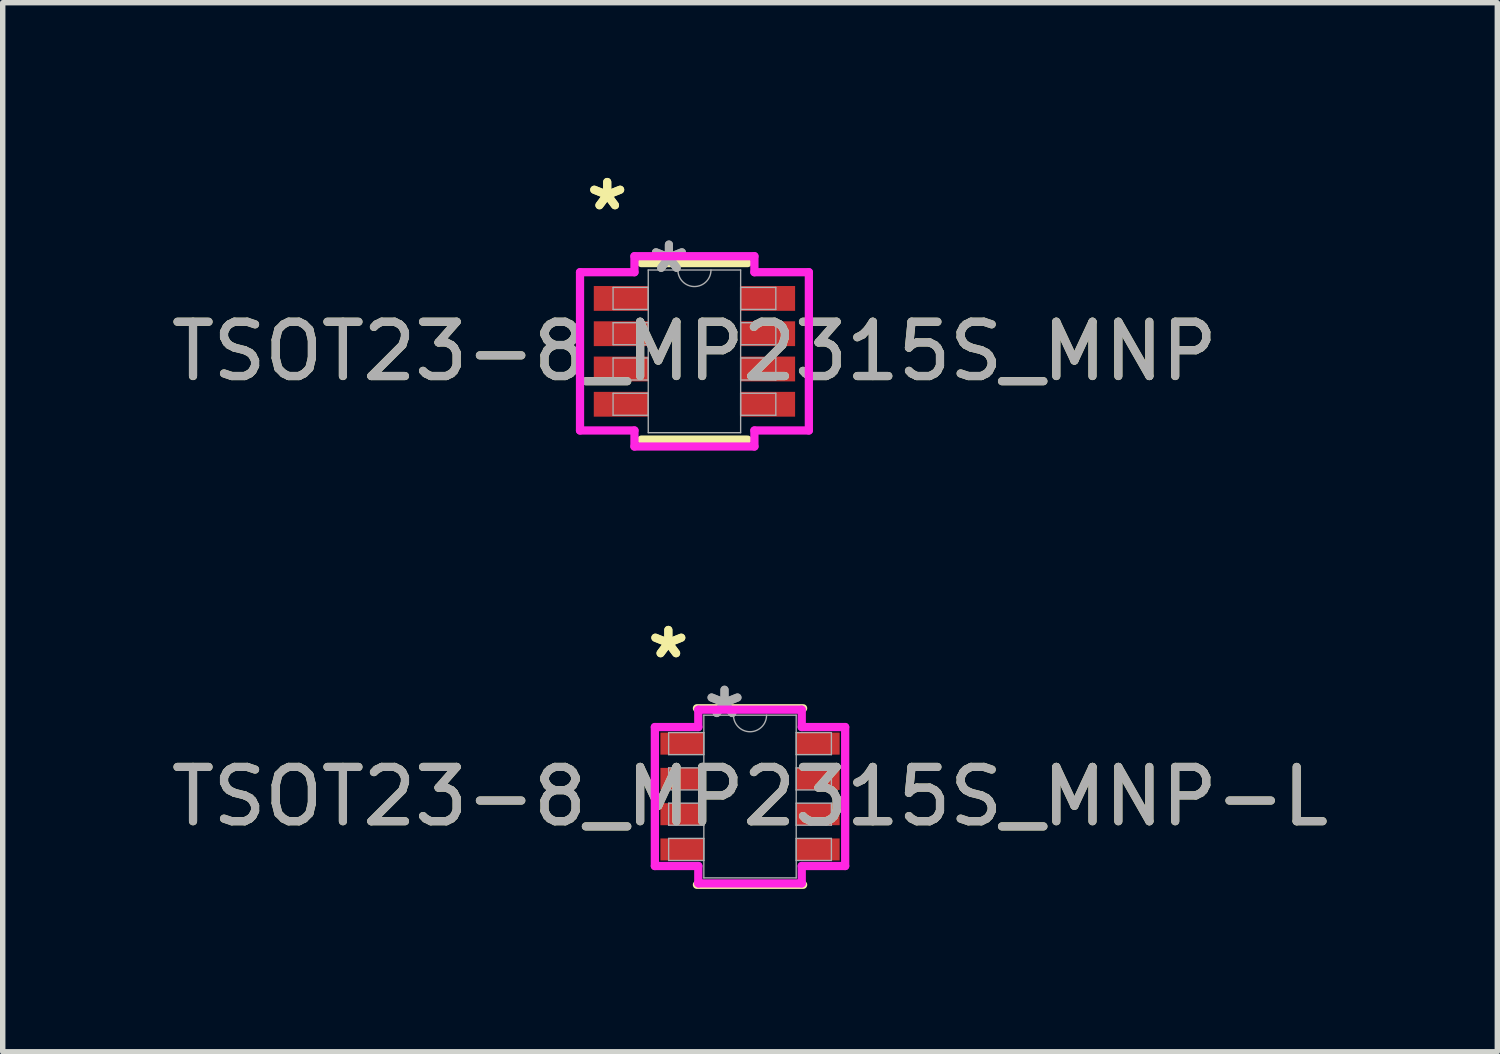
<source format=kicad_pcb>
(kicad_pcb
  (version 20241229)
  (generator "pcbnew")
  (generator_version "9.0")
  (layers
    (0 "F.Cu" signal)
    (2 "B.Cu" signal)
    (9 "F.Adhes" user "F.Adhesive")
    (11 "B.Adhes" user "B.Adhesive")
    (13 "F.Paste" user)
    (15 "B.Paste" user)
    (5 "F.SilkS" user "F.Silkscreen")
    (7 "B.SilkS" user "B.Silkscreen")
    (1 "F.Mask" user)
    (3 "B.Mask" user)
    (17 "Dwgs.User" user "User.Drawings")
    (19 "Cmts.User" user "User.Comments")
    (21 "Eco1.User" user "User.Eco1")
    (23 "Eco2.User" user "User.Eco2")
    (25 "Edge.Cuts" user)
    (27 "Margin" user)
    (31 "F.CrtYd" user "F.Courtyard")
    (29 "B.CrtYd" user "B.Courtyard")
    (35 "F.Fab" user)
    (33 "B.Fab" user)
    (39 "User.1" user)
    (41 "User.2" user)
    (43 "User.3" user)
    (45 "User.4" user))
  (footprint "TSOT23-8_MP2315S_MNP"
    (layer "F.Cu")
    (at 9.744 3.423)
    (property "Reference" "TSOT23-8_MP2315S_MNP" (at 0 0 0) (unlocked yes) (layer "F.SilkS") (effects (font (size 1 1) (thickness 0.15))))
    (attr smd)
    (fp_line (start -0.978 1.626) (end 0.978 1.626) (stroke (width 0.152) (type solid)) (layer "F.SilkS"))
    (fp_line (start 0.978 -1.626) (end -0.978 -1.626) (stroke (width 0.152) (type solid)) (layer "F.SilkS"))
    (fp_line (start -2.108 -1.458) (end -1.105 -1.458) (stroke (width 0.152) (type solid)) (layer "F.CrtYd"))
    (fp_line (start -2.108 1.458) (end -2.108 -1.458) (stroke (width 0.152) (type solid)) (layer "F.CrtYd"))
    (fp_line (start -2.108 1.458) (end -1.105 1.458) (stroke (width 0.152) (type solid)) (layer "F.CrtYd"))
    (fp_line (start -1.105 -1.753) (end 1.105 -1.753) (stroke (width 0.152) (type solid)) (layer "F.CrtYd"))
    (fp_line (start -1.105 -1.458) (end -1.105 -1.753) (stroke (width 0.152) (type solid)) (layer "F.CrtYd"))
    (fp_line (start -1.105 1.753) (end -1.105 1.458) (stroke (width 0.152) (type solid)) (layer "F.CrtYd"))
    (fp_line (start 1.105 -1.753) (end 1.105 -1.458) (stroke (width 0.152) (type solid)) (layer "F.CrtYd"))
    (fp_line (start 1.105 1.458) (end 1.105 1.753) (stroke (width 0.152) (type solid)) (layer "F.CrtYd"))
    (fp_line (start 1.105 1.753) (end -1.105 1.753) (stroke (width 0.152) (type solid)) (layer "F.CrtYd"))
    (fp_line (start 2.108 -1.458) (end 1.105 -1.458) (stroke (width 0.152) (type solid)) (layer "F.CrtYd"))
    (fp_line (start 2.108 -1.458) (end 2.108 1.458) (stroke (width 0.152) (type solid)) (layer "F.CrtYd"))
    (fp_line (start 2.108 1.458) (end 1.105 1.458) (stroke (width 0.152) (type solid)) (layer "F.CrtYd"))
    (fp_line (start -1.499 -1.178) (end -1.499 -0.772) (stroke (width 0.025) (type solid)) (layer "F.Fab"))
    (fp_line (start -1.499 -0.772) (end -0.851 -0.772) (stroke (width 0.025) (type solid)) (layer "F.Fab"))
    (fp_line (start -1.499 -0.528) (end -1.499 -0.122) (stroke (width 0.025) (type solid)) (layer "F.Fab"))
    (fp_line (start -1.499 -0.122) (end -0.851 -0.122) (stroke (width 0.025) (type solid)) (layer "F.Fab"))
    (fp_line (start -1.499 0.122) (end -1.499 0.528) (stroke (width 0.025) (type solid)) (layer "F.Fab"))
    (fp_line (start -1.499 0.528) (end -0.851 0.528) (stroke (width 0.025) (type solid)) (layer "F.Fab"))
    (fp_line (start -1.499 0.772) (end -1.499 1.178) (stroke (width 0.025) (type solid)) (layer "F.Fab"))
    (fp_line (start -1.499 1.178) (end -0.851 1.178) (stroke (width 0.025) (type solid)) (layer "F.Fab"))
    (fp_line (start -0.851 -1.499) (end -0.851 1.499) (stroke (width 0.025) (type solid)) (layer "F.Fab"))
    (fp_line (start -0.851 -1.178) (end -1.499 -1.178) (stroke (width 0.025) (type solid)) (layer "F.Fab"))
    (fp_line (start -0.851 -0.772) (end -0.851 -1.178) (stroke (width 0.025) (type solid)) (layer "F.Fab"))
    (fp_line (start -0.851 -0.528) (end -1.499 -0.528) (stroke (width 0.025) (type solid)) (layer "F.Fab"))
    (fp_line (start -0.851 -0.122) (end -0.851 -0.528) (stroke (width 0.025) (type solid)) (layer "F.Fab"))
    (fp_line (start -0.851 0.122) (end -1.499 0.122) (stroke (width 0.025) (type solid)) (layer "F.Fab"))
    (fp_line (start -0.851 0.528) (end -0.851 0.122) (stroke (width 0.025) (type solid)) (layer "F.Fab"))
    (fp_line (start -0.851 0.772) (end -1.499 0.772) (stroke (width 0.025) (type solid)) (layer "F.Fab"))
    (fp_line (start -0.851 1.178) (end -0.851 0.772) (stroke (width 0.025) (type solid)) (layer "F.Fab"))
    (fp_line (start -0.851 1.499) (end 0.851 1.499) (stroke (width 0.025) (type solid)) (layer "F.Fab"))
    (fp_line (start 0.851 -1.499) (end -0.851 -1.499) (stroke (width 0.025) (type solid)) (layer "F.Fab"))
    (fp_line (start 0.851 -1.178) (end 0.851 -0.772) (stroke (width 0.025) (type solid)) (layer "F.Fab"))
    (fp_line (start 0.851 -0.772) (end 1.499 -0.772) (stroke (width 0.025) (type solid)) (layer "F.Fab"))
    (fp_line (start 0.851 -0.528) (end 0.851 -0.122) (stroke (width 0.025) (type solid)) (layer "F.Fab"))
    (fp_line (start 0.851 -0.122) (end 1.499 -0.122) (stroke (width 0.025) (type solid)) (layer "F.Fab"))
    (fp_line (start 0.851 0.122) (end 0.851 0.528) (stroke (width 0.025) (type solid)) (layer "F.Fab"))
    (fp_line (start 0.851 0.528) (end 1.499 0.528) (stroke (width 0.025) (type solid)) (layer "F.Fab"))
    (fp_line (start 0.851 0.772) (end 0.851 1.178) (stroke (width 0.025) (type solid)) (layer "F.Fab"))
    (fp_line (start 0.851 1.178) (end 1.499 1.178) (stroke (width 0.025) (type solid)) (layer "F.Fab"))
    (fp_line (start 0.851 1.499) (end 0.851 -1.499) (stroke (width 0.025) (type solid)) (layer "F.Fab"))
    (fp_line (start 1.499 -1.178) (end 0.851 -1.178) (stroke (width 0.025) (type solid)) (layer "F.Fab"))
    (fp_line (start 1.499 -0.772) (end 1.499 -1.178) (stroke (width 0.025) (type solid)) (layer "F.Fab"))
    (fp_line (start 1.499 -0.528) (end 0.851 -0.528) (stroke (width 0.025) (type solid)) (layer "F.Fab"))
    (fp_line (start 1.499 -0.122) (end 1.499 -0.528) (stroke (width 0.025) (type solid)) (layer "F.Fab"))
    (fp_line (start 1.499 0.122) (end 0.851 0.122) (stroke (width 0.025) (type solid)) (layer "F.Fab"))
    (fp_line (start 1.499 0.528) (end 1.499 0.122) (stroke (width 0.025) (type solid)) (layer "F.Fab"))
    (fp_line (start 1.499 0.772) (end 0.851 0.772) (stroke (width 0.025) (type solid)) (layer "F.Fab"))
    (fp_line (start 1.499 1.178) (end 1.499 0.772) (stroke (width 0.025) (type solid)) (layer "F.Fab"))
    (fp_arc (start 0.3048 -1.4986) (mid 0 -1.1938) (end -0.3048 -1.4986) (stroke (width 0.0254) (type solid)) (layer "F.Fab"))
    (fp_text user "*" (at -1.607 -2.575 0) (unlocked yes) (layer "F.SilkS") (effects (font (size 1 1) (thickness 0.15))))
    (fp_text user "*" (at -1.607 -2.575 0) (layer "F.SilkS") (effects (font (size 1 1) (thickness 0.15))))
    (fp_text user "${REFERENCE}" (at 0 0 0) (unlocked yes) (layer "F.Fab") (effects (font (size 1 1) (thickness 0.15))))
    (fp_text user "*" (at -0.47 -1.422 0) (layer "F.Fab") (effects (font (size 1 1) (thickness 0.15))))
    (fp_text user "*" (at -0.47 -1.422 0) (unlocked yes) (layer "F.Fab") (effects (font (size 1 1) (thickness 0.15))))
    (pad "1" smd rect (at -1.353 -0.975) (size 1.003 0.457) (layers "F.Cu" "F.Mask" "F.Paste"))
    (pad "2" smd rect (at -1.353 -0.325) (size 1.003 0.457) (layers "F.Cu" "F.Mask" "F.Paste"))
    (pad "3" smd rect (at -1.353 0.325) (size 1.003 0.457) (layers "F.Cu" "F.Mask" "F.Paste"))
    (pad "4" smd rect (at -1.353 0.975) (size 1.003 0.457) (layers "F.Cu" "F.Mask" "F.Paste"))
    (pad "5" smd rect (at 1.353 0.975) (size 1.003 0.457) (layers "F.Cu" "F.Mask" "F.Paste"))
    (pad "6" smd rect (at 1.353 0.325) (size 1.003 0.457) (layers "F.Cu" "F.Mask" "F.Paste"))
    (pad "7" smd rect (at 1.353 -0.325) (size 1.003 0.457) (layers "F.Cu" "F.Mask" "F.Paste"))
    (pad "8" smd rect (at 1.353 -0.975) (size 1.003 0.457) (layers "F.Cu" "F.Mask" "F.Paste")))
  (footprint "TSOT23-8_MP2315S_MNP-L"
    (layer "F.Cu")
    (at 10.768 11.625)
    (property "Reference" "TSOT23-8_MP2315S_MNP-L" (at 0 0 0) (unlocked yes) (layer "F.SilkS") (effects (font (size 1 1) (thickness 0.15))))
    (attr smd)
    (fp_line (start -0.978 1.626) (end 0.978 1.626) (stroke (width 0.152) (type solid)) (layer "F.SilkS"))
    (fp_line (start 0.978 -1.626) (end -0.978 -1.626) (stroke (width 0.152) (type solid)) (layer "F.SilkS"))
    (fp_line (start -1.753 -1.28) (end -0.953 -1.28) (stroke (width 0.152) (type solid)) (layer "F.CrtYd"))
    (fp_line (start -1.753 1.28) (end -1.753 -1.28) (stroke (width 0.152) (type solid)) (layer "F.CrtYd"))
    (fp_line (start -1.753 1.28) (end -0.953 1.28) (stroke (width 0.152) (type solid)) (layer "F.CrtYd"))
    (fp_line (start -0.953 -1.6) (end 0.953 -1.6) (stroke (width 0.152) (type solid)) (layer "F.CrtYd"))
    (fp_line (start -0.953 -1.28) (end -0.953 -1.6) (stroke (width 0.152) (type solid)) (layer "F.CrtYd"))
    (fp_line (start -0.953 1.6) (end -0.953 1.28) (stroke (width 0.152) (type solid)) (layer "F.CrtYd"))
    (fp_line (start 0.953 -1.6) (end 0.953 -1.28) (stroke (width 0.152) (type solid)) (layer "F.CrtYd"))
    (fp_line (start 0.953 1.28) (end 0.953 1.6) (stroke (width 0.152) (type solid)) (layer "F.CrtYd"))
    (fp_line (start 0.953 1.6) (end -0.953 1.6) (stroke (width 0.152) (type solid)) (layer "F.CrtYd"))
    (fp_line (start 1.753 -1.28) (end 0.953 -1.28) (stroke (width 0.152) (type solid)) (layer "F.CrtYd"))
    (fp_line (start 1.753 -1.28) (end 1.753 1.28) (stroke (width 0.152) (type solid)) (layer "F.CrtYd"))
    (fp_line (start 1.753 1.28) (end 0.953 1.28) (stroke (width 0.152) (type solid)) (layer "F.CrtYd"))
    (fp_line (start -1.499 -1.178) (end -1.499 -0.772) (stroke (width 0.025) (type solid)) (layer "F.Fab"))
    (fp_line (start -1.499 -0.772) (end -0.851 -0.772) (stroke (width 0.025) (type solid)) (layer "F.Fab"))
    (fp_line (start -1.499 -0.528) (end -1.499 -0.122) (stroke (width 0.025) (type solid)) (layer "F.Fab"))
    (fp_line (start -1.499 -0.122) (end -0.851 -0.122) (stroke (width 0.025) (type solid)) (layer "F.Fab"))
    (fp_line (start -1.499 0.122) (end -1.499 0.528) (stroke (width 0.025) (type solid)) (layer "F.Fab"))
    (fp_line (start -1.499 0.528) (end -0.851 0.528) (stroke (width 0.025) (type solid)) (layer "F.Fab"))
    (fp_line (start -1.499 0.772) (end -1.499 1.178) (stroke (width 0.025) (type solid)) (layer "F.Fab"))
    (fp_line (start -1.499 1.178) (end -0.851 1.178) (stroke (width 0.025) (type solid)) (layer "F.Fab"))
    (fp_line (start -0.851 -1.499) (end -0.851 1.499) (stroke (width 0.025) (type solid)) (layer "F.Fab"))
    (fp_line (start -0.851 -1.178) (end -1.499 -1.178) (stroke (width 0.025) (type solid)) (layer "F.Fab"))
    (fp_line (start -0.851 -0.772) (end -0.851 -1.178) (stroke (width 0.025) (type solid)) (layer "F.Fab"))
    (fp_line (start -0.851 -0.528) (end -1.499 -0.528) (stroke (width 0.025) (type solid)) (layer "F.Fab"))
    (fp_line (start -0.851 -0.122) (end -0.851 -0.528) (stroke (width 0.025) (type solid)) (layer "F.Fab"))
    (fp_line (start -0.851 0.122) (end -1.499 0.122) (stroke (width 0.025) (type solid)) (layer "F.Fab"))
    (fp_line (start -0.851 0.528) (end -0.851 0.122) (stroke (width 0.025) (type solid)) (layer "F.Fab"))
    (fp_line (start -0.851 0.772) (end -1.499 0.772) (stroke (width 0.025) (type solid)) (layer "F.Fab"))
    (fp_line (start -0.851 1.178) (end -0.851 0.772) (stroke (width 0.025) (type solid)) (layer "F.Fab"))
    (fp_line (start -0.851 1.499) (end 0.851 1.499) (stroke (width 0.025) (type solid)) (layer "F.Fab"))
    (fp_line (start 0.851 -1.499) (end -0.851 -1.499) (stroke (width 0.025) (type solid)) (layer "F.Fab"))
    (fp_line (start 0.851 -1.178) (end 0.851 -0.772) (stroke (width 0.025) (type solid)) (layer "F.Fab"))
    (fp_line (start 0.851 -0.772) (end 1.499 -0.772) (stroke (width 0.025) (type solid)) (layer "F.Fab"))
    (fp_line (start 0.851 -0.528) (end 0.851 -0.122) (stroke (width 0.025) (type solid)) (layer "F.Fab"))
    (fp_line (start 0.851 -0.122) (end 1.499 -0.122) (stroke (width 0.025) (type solid)) (layer "F.Fab"))
    (fp_line (start 0.851 0.122) (end 0.851 0.528) (stroke (width 0.025) (type solid)) (layer "F.Fab"))
    (fp_line (start 0.851 0.528) (end 1.499 0.528) (stroke (width 0.025) (type solid)) (layer "F.Fab"))
    (fp_line (start 0.851 0.772) (end 0.851 1.178) (stroke (width 0.025) (type solid)) (layer "F.Fab"))
    (fp_line (start 0.851 1.178) (end 1.499 1.178) (stroke (width 0.025) (type solid)) (layer "F.Fab"))
    (fp_line (start 0.851 1.499) (end 0.851 -1.499) (stroke (width 0.025) (type solid)) (layer "F.Fab"))
    (fp_line (start 1.499 -1.178) (end 0.851 -1.178) (stroke (width 0.025) (type solid)) (layer "F.Fab"))
    (fp_line (start 1.499 -0.772) (end 1.499 -1.178) (stroke (width 0.025) (type solid)) (layer "F.Fab"))
    (fp_line (start 1.499 -0.528) (end 0.851 -0.528) (stroke (width 0.025) (type solid)) (layer "F.Fab"))
    (fp_line (start 1.499 -0.122) (end 1.499 -0.528) (stroke (width 0.025) (type solid)) (layer "F.Fab"))
    (fp_line (start 1.499 0.122) (end 0.851 0.122) (stroke (width 0.025) (type solid)) (layer "F.Fab"))
    (fp_line (start 1.499 0.528) (end 1.499 0.122) (stroke (width 0.025) (type solid)) (layer "F.Fab"))
    (fp_line (start 1.499 0.772) (end 0.851 0.772) (stroke (width 0.025) (type solid)) (layer "F.Fab"))
    (fp_line (start 1.499 1.178) (end 1.499 0.772) (stroke (width 0.025) (type solid)) (layer "F.Fab"))
    (fp_arc (start 0.3048 -1.4986) (mid 0 -1.1938) (end -0.3048 -1.4986) (stroke (width 0.0254) (type solid)) (layer "F.Fab"))
    (fp_text user "*" (at -1.505 -2.524 0) (unlocked yes) (layer "F.SilkS") (effects (font (size 1 1) (thickness 0.15))))
    (fp_text user "*" (at -1.505 -2.524 0) (layer "F.SilkS") (effects (font (size 1 1) (thickness 0.15))))
    (fp_text user "*" (at -0.47 -1.422 0) (unlocked yes) (layer "F.Fab") (effects (font (size 1 1) (thickness 0.15))))
    (fp_text user "*" (at -0.47 -1.422 0) (layer "F.Fab") (effects (font (size 1 1) (thickness 0.15))))
    (fp_text user "${REFERENCE}" (at 0 0 0) (unlocked yes) (layer "F.Fab") (effects (font (size 1 1) (thickness 0.15))))
    (pad "1" smd rect (at -1.251 -0.975) (size 0.8 0.406) (layers "F.Cu" "F.Mask" "F.Paste"))
    (pad "2" smd rect (at -1.251 -0.325) (size 0.8 0.406) (layers "F.Cu" "F.Mask" "F.Paste"))
    (pad "3" smd rect (at -1.251 0.325) (size 0.8 0.406) (layers "F.Cu" "F.Mask" "F.Paste"))
    (pad "4" smd rect (at -1.251 0.975) (size 0.8 0.406) (layers "F.Cu" "F.Mask" "F.Paste"))
    (pad "5" smd rect (at 1.251 0.975) (size 0.8 0.406) (layers "F.Cu" "F.Mask" "F.Paste"))
    (pad "6" smd rect (at 1.251 0.325) (size 0.8 0.406) (layers "F.Cu" "F.Mask" "F.Paste"))
    (pad "7" smd rect (at 1.251 -0.325) (size 0.8 0.406) (layers "F.Cu" "F.Mask" "F.Paste"))
    (pad "8" smd rect (at 1.251 -0.975) (size 0.8 0.406) (layers "F.Cu" "F.Mask" "F.Paste")))
  (gr_rect
    (start -3 -3)
    (end 24.536 16.327)
    (stroke (width 0.1) (type default))
    (fill no)
    (layer "Edge.Cuts")))
</source>
